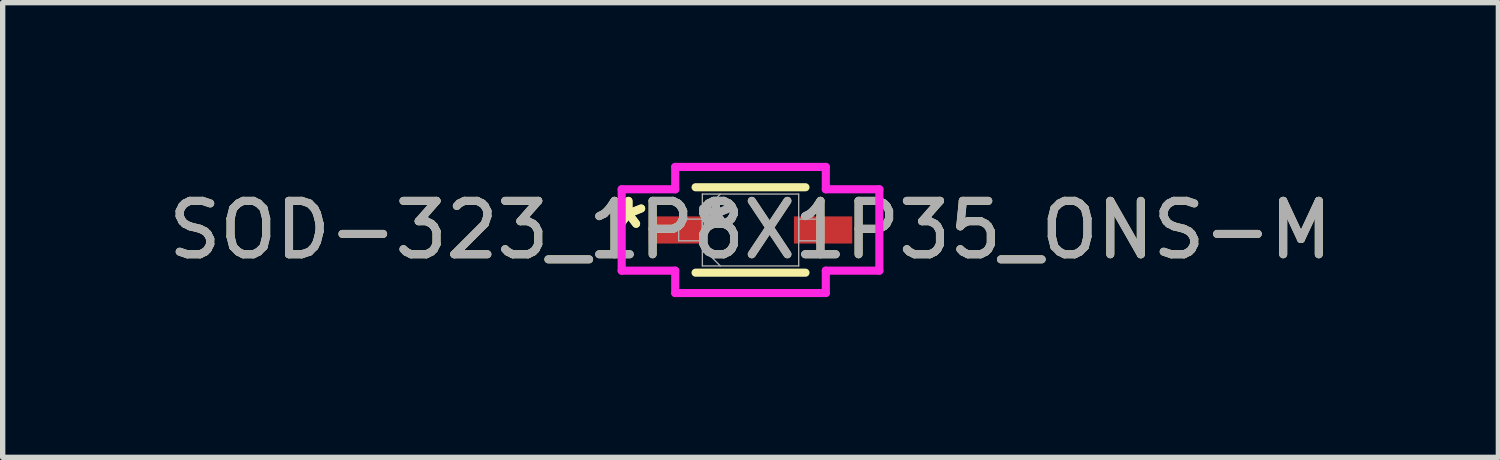
<source format=kicad_pcb>
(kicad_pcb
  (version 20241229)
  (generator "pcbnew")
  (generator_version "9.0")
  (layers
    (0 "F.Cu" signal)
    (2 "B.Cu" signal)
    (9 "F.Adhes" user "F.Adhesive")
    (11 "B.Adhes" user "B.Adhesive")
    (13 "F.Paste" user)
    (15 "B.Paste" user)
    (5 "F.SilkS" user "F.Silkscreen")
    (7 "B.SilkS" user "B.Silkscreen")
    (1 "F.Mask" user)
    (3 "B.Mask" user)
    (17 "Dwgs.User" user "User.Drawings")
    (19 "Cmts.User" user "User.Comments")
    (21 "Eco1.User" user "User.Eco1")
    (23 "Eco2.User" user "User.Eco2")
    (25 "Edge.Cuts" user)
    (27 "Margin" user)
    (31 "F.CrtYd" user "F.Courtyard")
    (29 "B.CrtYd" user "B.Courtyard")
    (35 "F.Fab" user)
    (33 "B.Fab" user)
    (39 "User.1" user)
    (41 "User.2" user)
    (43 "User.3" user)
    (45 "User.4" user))
  (footprint "SOD-323_1P8X1P35_ONS-M"
    (layer "F.Cu")
    (at 11.006 1.257)
    (property "Reference" "SOD-323_1P8X1P35_ONS-M" (at 0 0 0) (unlocked yes) (layer "F.SilkS") (effects (font (size 1 1) (thickness 0.15))))
    (attr smd)
    (fp_line (start -1.029 0.8) (end 1.029 0.8) (stroke (width 0.152) (type solid)) (layer "F.SilkS"))
    (fp_line (start 1.029 -0.8) (end -1.029 -0.8) (stroke (width 0.152) (type solid)) (layer "F.SilkS"))
    (fp_line (start -2.413 -0.762) (end -1.41 -0.762) (stroke (width 0.152) (type solid)) (layer "F.CrtYd"))
    (fp_line (start -2.413 0.762) (end -2.413 -0.762) (stroke (width 0.152) (type solid)) (layer "F.CrtYd"))
    (fp_line (start -1.41 -1.181) (end 1.41 -1.181) (stroke (width 0.152) (type solid)) (layer "F.CrtYd"))
    (fp_line (start -1.41 -0.762) (end -1.41 -1.181) (stroke (width 0.152) (type solid)) (layer "F.CrtYd"))
    (fp_line (start -1.41 0.762) (end -2.413 0.762) (stroke (width 0.152) (type solid)) (layer "F.CrtYd"))
    (fp_line (start -1.41 1.181) (end -1.41 0.762) (stroke (width 0.152) (type solid)) (layer "F.CrtYd"))
    (fp_line (start 1.41 -1.181) (end 1.41 -0.762) (stroke (width 0.152) (type solid)) (layer "F.CrtYd"))
    (fp_line (start 1.41 -0.762) (end 2.413 -0.762) (stroke (width 0.152) (type solid)) (layer "F.CrtYd"))
    (fp_line (start 1.41 0.762) (end 1.41 1.181) (stroke (width 0.152) (type solid)) (layer "F.CrtYd"))
    (fp_line (start 1.41 1.181) (end -1.41 1.181) (stroke (width 0.152) (type solid)) (layer "F.CrtYd"))
    (fp_line (start 2.413 -0.762) (end 2.413 0.762) (stroke (width 0.152) (type solid)) (layer "F.CrtYd"))
    (fp_line (start 2.413 0.762) (end 1.41 0.762) (stroke (width 0.152) (type solid)) (layer "F.CrtYd"))
    (fp_line (start -1.346 -0.203) (end -1.346 0.203) (stroke (width 0.025) (type solid)) (layer "F.Fab"))
    (fp_line (start -1.346 0.203) (end -0.902 0.203) (stroke (width 0.025) (type solid)) (layer "F.Fab"))
    (fp_line (start -0.902 -0.673) (end -0.902 0.673) (stroke (width 0.025) (type solid)) (layer "F.Fab"))
    (fp_line (start -0.902 -0.337) (end -0.565 -0.673) (stroke (width 0.025) (type solid)) (layer "F.Fab"))
    (fp_line (start -0.902 -0.203) (end -1.346 -0.203) (stroke (width 0.025) (type solid)) (layer "F.Fab"))
    (fp_line (start -0.902 0.203) (end -0.902 -0.203) (stroke (width 0.025) (type solid)) (layer "F.Fab"))
    (fp_line (start -0.902 0.337) (end -0.565 0.673) (stroke (width 0.025) (type solid)) (layer "F.Fab"))
    (fp_line (start -0.902 0.673) (end 0.902 0.673) (stroke (width 0.025) (type solid)) (layer "F.Fab"))
    (fp_line (start 0.902 -0.673) (end -0.902 -0.673) (stroke (width 0.025) (type solid)) (layer "F.Fab"))
    (fp_line (start 0.902 -0.203) (end 0.902 0.203) (stroke (width 0.025) (type solid)) (layer "F.Fab"))
    (fp_line (start 0.902 0.203) (end 1.346 0.203) (stroke (width 0.025) (type solid)) (layer "F.Fab"))
    (fp_line (start 0.902 0.673) (end 0.902 -0.673) (stroke (width 0.025) (type solid)) (layer "F.Fab"))
    (fp_line (start 1.346 -0.203) (end 0.902 -0.203) (stroke (width 0.025) (type solid)) (layer "F.Fab"))
    (fp_line (start 1.346 0.203) (end 1.346 -0.203) (stroke (width 0.025) (type solid)) (layer "F.Fab"))
    (fp_text user "*" (at -2.286 0 0) (layer "F.SilkS") (effects (font (size 1 1) (thickness 0.15))))
    (fp_text user "*" (at -2.286 0 0) (unlocked yes) (layer "F.SilkS") (effects (font (size 1 1) (thickness 0.15))))
    (fp_text user "*" (at -0.648 0 0) (layer "F.Fab") (effects (font (size 1 1) (thickness 0.15))))
    (fp_text user "${REFERENCE}" (at 0 0 0) (unlocked yes) (layer "F.Fab") (effects (font (size 1 1) (thickness 0.15))))
    (fp_text user "*" (at -0.648 0 0) (unlocked yes) (layer "F.Fab") (effects (font (size 1 1) (thickness 0.15))))
    (pad "1" smd rect (at -1.359 0) (size 1.092 0.508) (layers "F.Cu" "F.Mask" "F.Paste"))
    (pad "2" smd rect (at 1.359 0) (size 1.092 0.508) (layers "F.Cu" "F.Mask" "F.Paste")))
  (gr_rect
    (start -3 -3)
    (end 25.012 5.515)
    (stroke (width 0.1) (type default))
    (fill no)
    (layer "Edge.Cuts")))
</source>
